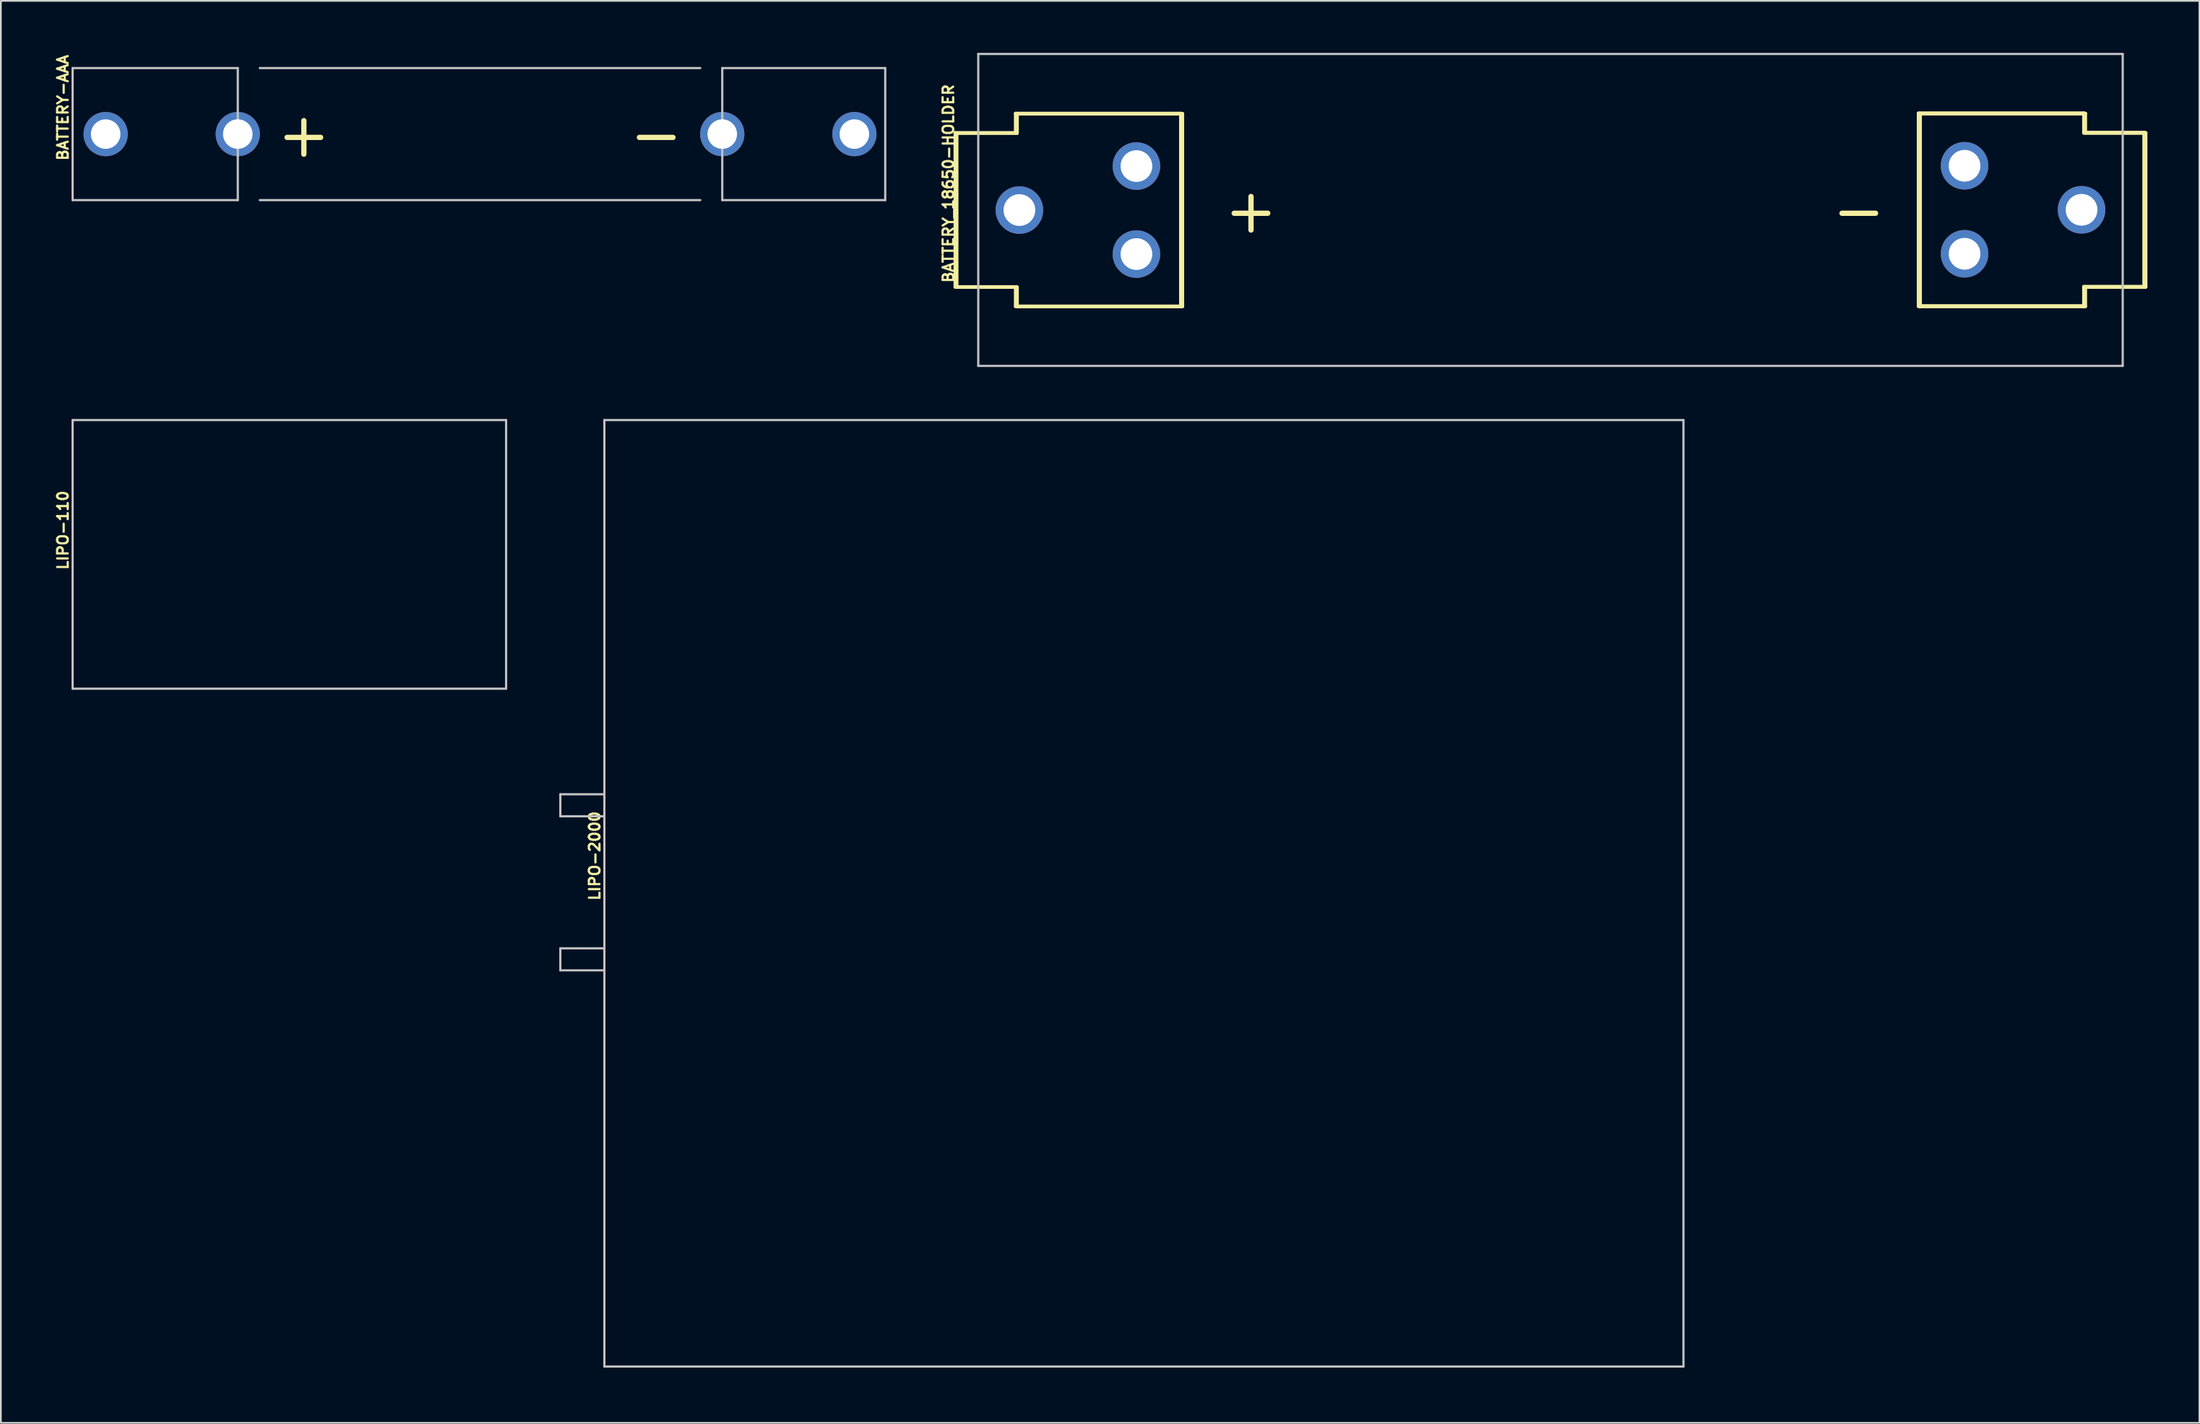
<source format=kicad_pcb>
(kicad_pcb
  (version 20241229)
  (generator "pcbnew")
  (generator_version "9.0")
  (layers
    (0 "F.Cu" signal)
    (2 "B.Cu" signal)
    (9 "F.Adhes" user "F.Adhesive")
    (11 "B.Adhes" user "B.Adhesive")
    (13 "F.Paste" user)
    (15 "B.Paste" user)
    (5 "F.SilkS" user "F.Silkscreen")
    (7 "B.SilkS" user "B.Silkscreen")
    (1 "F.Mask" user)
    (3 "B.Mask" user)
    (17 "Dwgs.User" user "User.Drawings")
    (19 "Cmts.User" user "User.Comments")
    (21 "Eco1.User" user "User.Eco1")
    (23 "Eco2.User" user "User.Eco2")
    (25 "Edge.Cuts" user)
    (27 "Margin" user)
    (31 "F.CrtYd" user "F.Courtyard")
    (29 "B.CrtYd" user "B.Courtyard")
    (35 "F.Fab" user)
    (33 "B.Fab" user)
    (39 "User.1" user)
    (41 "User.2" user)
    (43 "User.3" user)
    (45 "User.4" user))
  (footprint "BATTERY-AAA"
    (layer "F.Cu")
    (at 24.633 4.687)
    (property "Reference" "BATTERY-AAA" (at -24.054 -1.524 90) (layer "F.SilkS") (effects (font (size 0.61 0.61) (thickness 0.127))))
    (attr exclude_from_pos_files exclude_from_bom)
    (fp_line (start -23.495 -3.81) (end -13.97 -3.81) (stroke (width 0.127) (type solid)) (layer "Dwgs.User"))
    (fp_line (start -23.495 3.81) (end -23.495 -3.81) (stroke (width 0.127) (type solid)) (layer "Dwgs.User"))
    (fp_line (start -13.97 -3.81) (end -13.97 3.81) (stroke (width 0.127) (type solid)) (layer "Dwgs.User"))
    (fp_line (start -13.97 3.81) (end -23.495 3.81) (stroke (width 0.127) (type solid)) (layer "Dwgs.User"))
    (fp_line (start -12.7 -3.81) (end 12.7 -3.81) (stroke (width 0.127) (type solid)) (layer "Dwgs.User"))
    (fp_line (start 12.7 3.81) (end -12.7 3.81) (stroke (width 0.127) (type solid)) (layer "Dwgs.User"))
    (fp_line (start 13.97 -3.81) (end 13.97 3.81) (stroke (width 0.127) (type solid)) (layer "Dwgs.User"))
    (fp_line (start 13.97 3.81) (end 23.368 3.81) (stroke (width 0.127) (type solid)) (layer "Dwgs.User"))
    (fp_line (start 23.368 -3.81) (end 13.97 -3.81) (stroke (width 0.127) (type solid)) (layer "Dwgs.User"))
    (fp_line (start 23.368 3.81) (end 23.368 -3.81) (stroke (width 0.127) (type solid)) (layer "Dwgs.User"))
    (fp_text user "-" (at 10.16 0 0) (layer "F.SilkS") (effects (font (size 2.54 2.54) (thickness 0.305))))
    (fp_text user "+" (at -10.16 0 0) (layer "F.SilkS") (effects (font (size 2.54 2.54) (thickness 0.305))))
    (pad "GND@" thru_hole circle (at 13.97 0) (size 2.553 2.553) (drill 1.702) (layers "*.Cu" "*.Paste" "*.Mask"))
    (pad "GND@" thru_hole circle (at 21.59 0) (size 2.553 2.553) (drill 1.702) (layers "*.Cu" "*.Paste" "*.Mask"))
    (pad "PWR@" thru_hole circle (at -21.59 0) (size 2.553 2.553) (drill 1.702) (layers "*.Cu" "*.Paste" "*.Mask"))
    (pad "PWR@" thru_hole circle (at -13.97 0) (size 2.553 2.553) (drill 1.702) (layers "*.Cu" "*.Paste" "*.Mask")))
  (footprint "LIPO-110"
    (layer "F.Cu")
    (at 1.138 36.688)
    (property "Reference" "LIPO-110" (at -0.559 -9.144 90) (layer "F.SilkS") (effects (font (size 0.61 0.61) (thickness 0.127))))
    (attr exclude_from_pos_files exclude_from_bom)
    (fp_line (start 0 -15.499) (end 24.999 -15.499) (stroke (width 0.127) (type solid)) (layer "Dwgs.User"))
    (fp_line (start 0 0) (end 0 -15.499) (stroke (width 0.127) (type solid)) (layer "Dwgs.User"))
    (fp_line (start 24.999 -15.499) (end 24.999 0) (stroke (width 0.127) (type solid)) (layer "Dwgs.User"))
    (fp_line (start 24.999 0) (end 0 0) (stroke (width 0.127) (type solid)) (layer "Dwgs.User")))
  (footprint "BATTERY_18650-HOLDER"
    (layer "F.Cu")
    (at 86.366 9.063)
    (property "Reference" "BATTERY_18650-HOLDER" (at -34.722 -1.524 90) (layer "F.SilkS") (effects (font (size 0.61 0.61) (thickness 0.127))))
    (attr exclude_from_pos_files exclude_from_bom)
    (fp_line (start -34.323 -4.445) (end -30.843 -4.445) (stroke (width 0.203) (type solid)) (layer "F.SilkS"))
    (fp_line (start -34.323 4.445) (end -34.323 -4.445) (stroke (width 0.203) (type solid)) (layer "F.SilkS"))
    (fp_line (start -34.244 -4.435) (end -30.764 -4.435) (stroke (width 0.203) (type solid)) (layer "F.SilkS"))
    (fp_line (start -34.244 4.453) (end -34.244 -4.435) (stroke (width 0.203) (type solid)) (layer "F.SilkS"))
    (fp_line (start -30.843 -5.563) (end -21.318 -5.563) (stroke (width 0.203) (type solid)) (layer "F.SilkS"))
    (fp_line (start -30.843 -4.445) (end -30.843 -5.563) (stroke (width 0.203) (type solid)) (layer "F.SilkS"))
    (fp_line (start -30.843 4.445) (end -34.323 4.445) (stroke (width 0.203) (type solid)) (layer "F.SilkS"))
    (fp_line (start -30.843 5.563) (end -30.843 4.445) (stroke (width 0.203) (type solid)) (layer "F.SilkS"))
    (fp_line (start -30.764 -5.552) (end -21.229 -5.552) (stroke (width 0.203) (type solid)) (layer "F.SilkS"))
    (fp_line (start -30.764 -4.435) (end -30.764 -5.552) (stroke (width 0.203) (type solid)) (layer "F.SilkS"))
    (fp_line (start -30.764 4.453) (end -34.244 4.453) (stroke (width 0.203) (type solid)) (layer "F.SilkS"))
    (fp_line (start -30.764 5.57) (end -30.764 4.453) (stroke (width 0.203) (type solid)) (layer "F.SilkS"))
    (fp_line (start -21.318 -5.563) (end -21.318 5.563) (stroke (width 0.203) (type solid)) (layer "F.SilkS"))
    (fp_line (start -21.318 5.563) (end -30.843 5.563) (stroke (width 0.203) (type solid)) (layer "F.SilkS"))
    (fp_line (start -21.229 -5.552) (end -21.229 5.57) (stroke (width 0.203) (type solid)) (layer "F.SilkS"))
    (fp_line (start -21.229 5.57) (end -30.764 5.57) (stroke (width 0.203) (type solid)) (layer "F.SilkS"))
    (fp_line (start 21.229 -5.57) (end 30.764 -5.57) (stroke (width 0.203) (type solid)) (layer "F.SilkS"))
    (fp_line (start 21.229 -5.57) (end 30.764 -5.57) (stroke (width 0.203) (type solid)) (layer "F.SilkS"))
    (fp_line (start 21.229 5.552) (end 21.229 -5.57) (stroke (width 0.203) (type solid)) (layer "F.SilkS"))
    (fp_line (start 21.229 5.552) (end 21.229 -5.57) (stroke (width 0.203) (type solid)) (layer "F.SilkS"))
    (fp_line (start 21.318 -5.563) (end 30.843 -5.563) (stroke (width 0.203) (type solid)) (layer "F.SilkS"))
    (fp_line (start 21.318 5.563) (end 21.318 -5.563) (stroke (width 0.203) (type solid)) (layer "F.SilkS"))
    (fp_line (start 30.764 -5.57) (end 30.764 -4.453) (stroke (width 0.203) (type solid)) (layer "F.SilkS"))
    (fp_line (start 30.764 -5.57) (end 30.764 -4.453) (stroke (width 0.203) (type solid)) (layer "F.SilkS"))
    (fp_line (start 30.764 -4.453) (end 34.244 -4.453) (stroke (width 0.203) (type solid)) (layer "F.SilkS"))
    (fp_line (start 30.764 -4.453) (end 34.244 -4.453) (stroke (width 0.203) (type solid)) (layer "F.SilkS"))
    (fp_line (start 30.764 4.435) (end 30.764 5.552) (stroke (width 0.203) (type solid)) (layer "F.SilkS"))
    (fp_line (start 30.764 4.435) (end 30.764 5.552) (stroke (width 0.203) (type solid)) (layer "F.SilkS"))
    (fp_line (start 30.764 5.552) (end 21.229 5.552) (stroke (width 0.203) (type solid)) (layer "F.SilkS"))
    (fp_line (start 30.764 5.552) (end 21.229 5.552) (stroke (width 0.203) (type solid)) (layer "F.SilkS"))
    (fp_line (start 30.843 -5.563) (end 30.843 -4.445) (stroke (width 0.203) (type solid)) (layer "F.SilkS"))
    (fp_line (start 30.843 -4.445) (end 34.323 -4.445) (stroke (width 0.203) (type solid)) (layer "F.SilkS"))
    (fp_line (start 30.843 4.445) (end 30.843 5.563) (stroke (width 0.203) (type solid)) (layer "F.SilkS"))
    (fp_line (start 30.843 5.563) (end 21.318 5.563) (stroke (width 0.203) (type solid)) (layer "F.SilkS"))
    (fp_line (start 34.244 -4.453) (end 34.244 4.435) (stroke (width 0.203) (type solid)) (layer "F.SilkS"))
    (fp_line (start 34.244 -4.453) (end 34.244 4.435) (stroke (width 0.203) (type solid)) (layer "F.SilkS"))
    (fp_line (start 34.244 4.435) (end 30.764 4.435) (stroke (width 0.203) (type solid)) (layer "F.SilkS"))
    (fp_line (start 34.244 4.435) (end 30.764 4.435) (stroke (width 0.203) (type solid)) (layer "F.SilkS"))
    (fp_line (start 34.323 -4.445) (end 34.323 4.445) (stroke (width 0.203) (type solid)) (layer "F.SilkS"))
    (fp_line (start 34.323 4.445) (end 30.843 4.445) (stroke (width 0.203) (type solid)) (layer "F.SilkS"))
    (fp_line (start -33 -8.999) (end -33 8.999) (stroke (width 0.127) (type solid)) (layer "Dwgs.User"))
    (fp_line (start -33 -8.999) (end 33 -8.999) (stroke (width 0.127) (type solid)) (layer "Dwgs.User"))
    (fp_line (start 33 -8.999) (end 33 8.999) (stroke (width 0.127) (type solid)) (layer "Dwgs.User"))
    (fp_line (start 33 8.999) (end -33 8.999) (stroke (width 0.127) (type solid)) (layer "Dwgs.User"))
    (fp_text user "+" (at -17.272 0 0) (layer "F.SilkS") (effects (font (size 2.54 2.54) (thickness 0.305))))
    (fp_text user "-" (at 17.78 0 0) (layer "F.SilkS") (effects (font (size 2.54 2.54) (thickness 0.305))))
    (pad "GND@" thru_hole circle (at 23.879 -2.548) (size 2.743 2.743) (drill 1.829) (layers "*.Cu" "*.Paste" "*.Mask"))
    (pad "GND@" thru_hole circle (at 23.879 2.53) (size 2.743 2.743) (drill 1.829) (layers "*.Cu" "*.Paste" "*.Mask"))
    (pad "GND@" thru_hole circle (at 30.627 -0.008) (size 2.743 2.743) (drill 1.829) (layers "*.Cu" "*.Paste" "*.Mask"))
    (pad "PWR@" thru_hole circle (at -30.627 0.008) (size 2.743 2.743) (drill 1.829) (layers "*.Cu" "*.Paste" "*.Mask"))
    (pad "PWR@" thru_hole circle (at -23.879 -2.53) (size 2.743 2.743) (drill 1.829) (layers "*.Cu" "*.Paste" "*.Mask"))
    (pad "PWR@" thru_hole circle (at -23.879 2.548) (size 2.743 2.743) (drill 1.829) (layers "*.Cu" "*.Paste" "*.Mask")))
  (footprint "LIPO-2000"
    (layer "F.Cu")
    (at 31.804 75.799)
    (property "Reference" "LIPO-2000" (at -0.559 -29.464 90) (layer "F.SilkS") (effects (font (size 0.61 0.61) (thickness 0.127))))
    (attr exclude_from_pos_files exclude_from_bom)
    (fp_line (start -2.54 -33.02) (end 0 -33.02) (stroke (width 0.127) (type solid)) (layer "Dwgs.User"))
    (fp_line (start -2.54 -31.75) (end -2.54 -33.02) (stroke (width 0.127) (type solid)) (layer "Dwgs.User"))
    (fp_line (start -2.54 -24.13) (end 0 -24.13) (stroke (width 0.127) (type solid)) (layer "Dwgs.User"))
    (fp_line (start -2.54 -22.86) (end -2.54 -24.13) (stroke (width 0.127) (type solid)) (layer "Dwgs.User"))
    (fp_line (start 0 -54.61) (end 62.23 -54.61) (stroke (width 0.127) (type solid)) (layer "Dwgs.User"))
    (fp_line (start 0 -33.02) (end 0 -54.61) (stroke (width 0.127) (type solid)) (layer "Dwgs.User"))
    (fp_line (start 0 -31.75) (end -2.54 -31.75) (stroke (width 0.127) (type solid)) (layer "Dwgs.User"))
    (fp_line (start 0 -31.75) (end 0 -33.02) (stroke (width 0.127) (type solid)) (layer "Dwgs.User"))
    (fp_line (start 0 -24.13) (end 0 -31.75) (stroke (width 0.127) (type solid)) (layer "Dwgs.User"))
    (fp_line (start 0 -22.86) (end -2.54 -22.86) (stroke (width 0.127) (type solid)) (layer "Dwgs.User"))
    (fp_line (start 0 -22.86) (end 0 -24.13) (stroke (width 0.127) (type solid)) (layer "Dwgs.User"))
    (fp_line (start 0 0) (end 0 -22.86) (stroke (width 0.127) (type solid)) (layer "Dwgs.User"))
    (fp_line (start 62.23 -54.61) (end 62.23 0) (stroke (width 0.127) (type solid)) (layer "Dwgs.User"))
    (fp_line (start 62.23 0) (end 0 0) (stroke (width 0.127) (type solid)) (layer "Dwgs.User")))
  (gr_rect
    (start -3 -3)
    (end 123.791 79.049)
    (stroke (width 0.1) (type default))
    (fill no)
    (layer "Edge.Cuts")))
</source>
